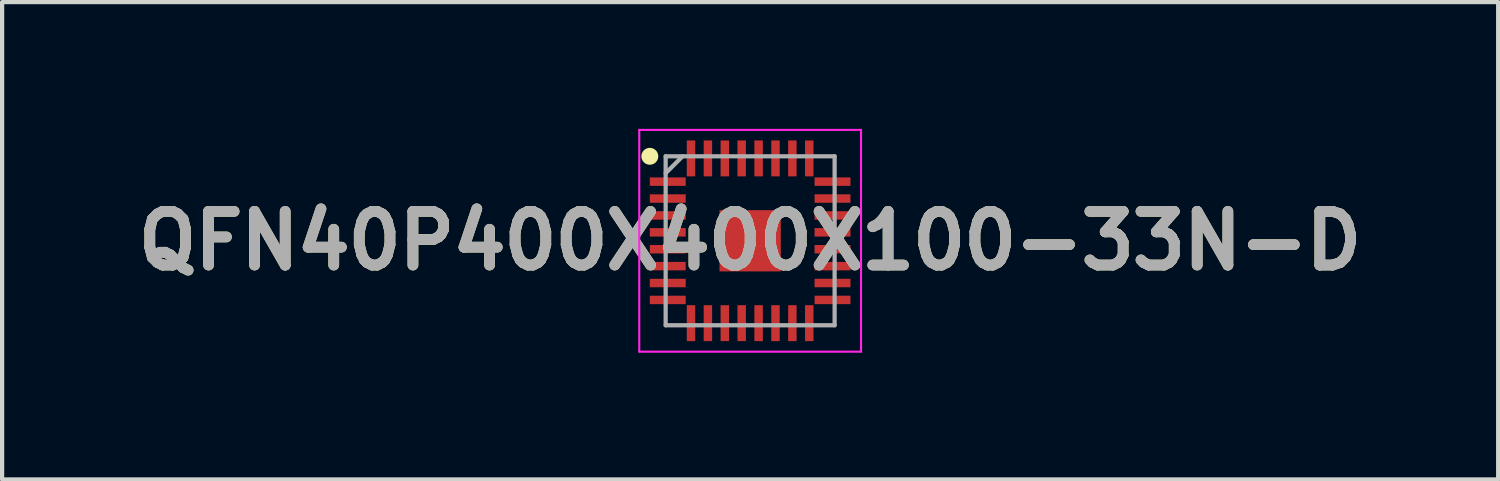
<source format=kicad_pcb>
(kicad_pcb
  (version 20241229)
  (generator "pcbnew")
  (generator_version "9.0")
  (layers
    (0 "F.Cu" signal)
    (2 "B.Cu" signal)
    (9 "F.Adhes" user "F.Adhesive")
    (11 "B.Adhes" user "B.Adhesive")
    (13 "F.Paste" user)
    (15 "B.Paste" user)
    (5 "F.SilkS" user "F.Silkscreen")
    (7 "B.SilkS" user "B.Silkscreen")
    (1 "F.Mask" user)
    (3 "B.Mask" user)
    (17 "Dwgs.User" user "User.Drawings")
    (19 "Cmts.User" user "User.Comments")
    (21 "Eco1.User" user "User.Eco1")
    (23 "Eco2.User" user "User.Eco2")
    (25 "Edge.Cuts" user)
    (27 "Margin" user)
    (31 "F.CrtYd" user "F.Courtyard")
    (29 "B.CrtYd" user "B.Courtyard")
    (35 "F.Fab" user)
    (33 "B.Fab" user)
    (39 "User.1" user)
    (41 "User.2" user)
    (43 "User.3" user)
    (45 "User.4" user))
  (footprint "QFN40P400X400X100-33N-D"
    (layer "F.Cu")
    (at 14.708 2.65)
    (property "Reference" "QFN40P400X400X100-33N-D" (at 0 0 0) (layer "F.SilkS") (effects (font (size 1.27 1.27) (thickness 0.254))))
    (attr smd)
    (fp_circle (center -2.375 -2) (end -2.375 -1.9) (stroke (width 0.2) (type solid)) (fill no) (layer "F.SilkS"))
    (fp_line (start -2.625 -2.625) (end 2.625 -2.625) (stroke (width 0.05) (type solid)) (layer "F.CrtYd"))
    (fp_line (start -2.625 2.625) (end -2.625 -2.625) (stroke (width 0.05) (type solid)) (layer "F.CrtYd"))
    (fp_line (start 2.625 -2.625) (end 2.625 2.625) (stroke (width 0.05) (type solid)) (layer "F.CrtYd"))
    (fp_line (start 2.625 2.625) (end -2.625 2.625) (stroke (width 0.05) (type solid)) (layer "F.CrtYd"))
    (fp_line (start -2 -2) (end 2 -2) (stroke (width 0.1) (type solid)) (layer "F.Fab"))
    (fp_line (start -2 -1.6) (end -1.6 -2) (stroke (width 0.1) (type solid)) (layer "F.Fab"))
    (fp_line (start -2 2) (end -2 -2) (stroke (width 0.1) (type solid)) (layer "F.Fab"))
    (fp_line (start 2 -2) (end 2 2) (stroke (width 0.1) (type solid)) (layer "F.Fab"))
    (fp_line (start 2 2) (end -2 2) (stroke (width 0.1) (type solid)) (layer "F.Fab"))
    (fp_text user "${REFERENCE}" (at 0 0 0) (layer "F.Fab") (effects (font (size 1.27 1.27) (thickness 0.254))))
    (pad "1" smd rect (at -1.95 -1.4 90) (size 0.2 0.85) (layers "F.Cu" "F.Mask" "F.Paste"))
    (pad "2" smd rect (at -1.95 -1 90) (size 0.2 0.85) (layers "F.Cu" "F.Mask" "F.Paste"))
    (pad "3" smd rect (at -1.95 -0.6 90) (size 0.2 0.85) (layers "F.Cu" "F.Mask" "F.Paste"))
    (pad "4" smd rect (at -1.95 -0.2 90) (size 0.2 0.85) (layers "F.Cu" "F.Mask" "F.Paste"))
    (pad "5" smd rect (at -1.95 0.2 90) (size 0.2 0.85) (layers "F.Cu" "F.Mask" "F.Paste"))
    (pad "6" smd rect (at -1.95 0.6 90) (size 0.2 0.85) (layers "F.Cu" "F.Mask" "F.Paste"))
    (pad "7" smd rect (at -1.95 1 90) (size 0.2 0.85) (layers "F.Cu" "F.Mask" "F.Paste"))
    (pad "8" smd rect (at -1.95 1.4 90) (size 0.2 0.85) (layers "F.Cu" "F.Mask" "F.Paste"))
    (pad "9" smd rect (at -1.4 1.95) (size 0.2 0.85) (layers "F.Cu" "F.Mask" "F.Paste"))
    (pad "10" smd rect (at -1 1.95) (size 0.2 0.85) (layers "F.Cu" "F.Mask" "F.Paste"))
    (pad "11" smd rect (at -0.6 1.95) (size 0.2 0.85) (layers "F.Cu" "F.Mask" "F.Paste"))
    (pad "12" smd rect (at -0.2 1.95) (size 0.2 0.85) (layers "F.Cu" "F.Mask" "F.Paste"))
    (pad "13" smd rect (at 0.2 1.95) (size 0.2 0.85) (layers "F.Cu" "F.Mask" "F.Paste"))
    (pad "14" smd rect (at 0.6 1.95) (size 0.2 0.85) (layers "F.Cu" "F.Mask" "F.Paste"))
    (pad "15" smd rect (at 1 1.95) (size 0.2 0.85) (layers "F.Cu" "F.Mask" "F.Paste"))
    (pad "16" smd rect (at 1.4 1.95) (size 0.2 0.85) (layers "F.Cu" "F.Mask" "F.Paste"))
    (pad "17" smd rect (at 1.95 1.4 90) (size 0.2 0.85) (layers "F.Cu" "F.Mask" "F.Paste"))
    (pad "18" smd rect (at 1.95 1 90) (size 0.2 0.85) (layers "F.Cu" "F.Mask" "F.Paste"))
    (pad "19" smd rect (at 1.95 0.6 90) (size 0.2 0.85) (layers "F.Cu" "F.Mask" "F.Paste"))
    (pad "20" smd rect (at 1.95 0.2 90) (size 0.2 0.85) (layers "F.Cu" "F.Mask" "F.Paste"))
    (pad "21" smd rect (at 1.95 -0.2 90) (size 0.2 0.85) (layers "F.Cu" "F.Mask" "F.Paste"))
    (pad "22" smd rect (at 1.95 -0.6 90) (size 0.2 0.85) (layers "F.Cu" "F.Mask" "F.Paste"))
    (pad "23" smd rect (at 1.95 -1 90) (size 0.2 0.85) (layers "F.Cu" "F.Mask" "F.Paste"))
    (pad "24" smd rect (at 1.95 -1.4 90) (size 0.2 0.85) (layers "F.Cu" "F.Mask" "F.Paste"))
    (pad "25" smd rect (at 1.4 -1.95) (size 0.2 0.85) (layers "F.Cu" "F.Mask" "F.Paste"))
    (pad "26" smd rect (at 1 -1.95) (size 0.2 0.85) (layers "F.Cu" "F.Mask" "F.Paste"))
    (pad "27" smd rect (at 0.6 -1.95) (size 0.2 0.85) (layers "F.Cu" "F.Mask" "F.Paste"))
    (pad "28" smd rect (at 0.2 -1.95) (size 0.2 0.85) (layers "F.Cu" "F.Mask" "F.Paste"))
    (pad "29" smd rect (at -0.2 -1.95) (size 0.2 0.85) (layers "F.Cu" "F.Mask" "F.Paste"))
    (pad "30" smd rect (at -0.6 -1.95) (size 0.2 0.85) (layers "F.Cu" "F.Mask" "F.Paste"))
    (pad "31" smd rect (at -1 -1.95) (size 0.2 0.85) (layers "F.Cu" "F.Mask" "F.Paste"))
    (pad "32" smd rect (at -1.4 -1.95) (size 0.2 0.85) (layers "F.Cu" "F.Mask" "F.Paste"))
    (pad "33" smd rect (at 0 0) (size 1.45 1.45) (layers "F.Cu" "F.Mask" "F.Paste")))
  (gr_rect
    (start -3 -3)
    (end 32.416 8.3)
    (stroke (width 0.1) (type default))
    (fill no)
    (layer "Edge.Cuts")))
</source>
